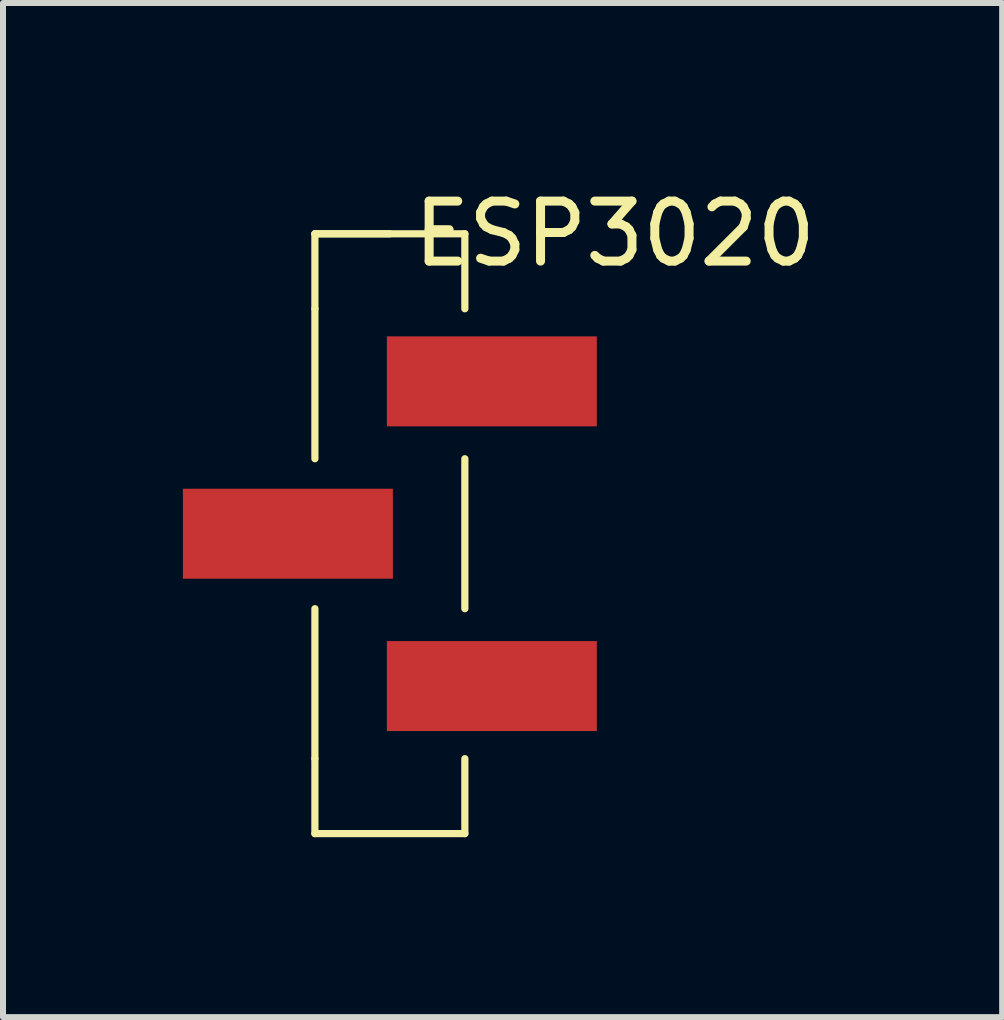
<source format=kicad_pcb>
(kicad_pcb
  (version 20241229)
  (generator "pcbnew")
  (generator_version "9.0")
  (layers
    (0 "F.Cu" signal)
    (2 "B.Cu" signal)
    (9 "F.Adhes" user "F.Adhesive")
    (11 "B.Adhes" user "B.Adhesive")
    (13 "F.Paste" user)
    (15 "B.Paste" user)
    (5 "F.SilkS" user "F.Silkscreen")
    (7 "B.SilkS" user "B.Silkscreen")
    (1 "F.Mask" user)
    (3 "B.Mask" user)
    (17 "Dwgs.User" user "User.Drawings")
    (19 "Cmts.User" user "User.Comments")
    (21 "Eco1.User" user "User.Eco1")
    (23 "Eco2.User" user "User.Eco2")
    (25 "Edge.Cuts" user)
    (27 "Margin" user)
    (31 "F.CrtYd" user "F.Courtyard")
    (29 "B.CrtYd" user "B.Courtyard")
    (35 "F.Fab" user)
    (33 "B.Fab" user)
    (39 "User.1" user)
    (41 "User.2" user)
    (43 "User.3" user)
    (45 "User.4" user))
  (footprint "ESP3020"
    (layer "F.Cu")
    (at 3.45 5.848)
    (property "Reference" "ESP3020" (at 3.75 -5 0) (layer "F.SilkS") (effects (font (size 1 1) (thickness 0.15))))
    (attr smd)
    (fp_line (start -1.25 -5) (end -1.25 -3.75) (stroke (width 0.12) (type solid)) (layer "F.SilkS"))
    (fp_line (start -1.25 -5) (end 1.25 -5) (stroke (width 0.12) (type solid)) (layer "F.SilkS"))
    (fp_line (start -1.25 -1.25) (end -1.25 -3.75) (stroke (width 0.12) (type solid)) (layer "F.SilkS"))
    (fp_line (start -1.25 3.75) (end -1.25 1.25) (stroke (width 0.12) (type solid)) (layer "F.SilkS"))
    (fp_line (start -1.25 5) (end -1.25 3.75) (stroke (width 0.12) (type solid)) (layer "F.SilkS"))
    (fp_line (start 0 -5) (end -1.25 -5) (stroke (width 0.12) (type solid)) (layer "F.SilkS"))
    (fp_line (start 1.25 -5) (end 1.25 -3.75) (stroke (width 0.12) (type solid)) (layer "F.SilkS"))
    (fp_line (start 1.25 -1.25) (end 1.25 1.25) (stroke (width 0.12) (type solid)) (layer "F.SilkS"))
    (fp_line (start 1.25 5) (end -1.25 5) (stroke (width 0.12) (type solid)) (layer "F.SilkS"))
    (fp_line (start 1.25 5) (end 1.25 3.75) (stroke (width 0.12) (type solid)) (layer "F.SilkS"))
    (pad "1" smd rect (at 1.7 -2.54) (size 3.5 1.5) (layers "F.Cu" "F.Mask" "F.Paste"))
    (pad "2" smd rect (at -1.7 0) (size 3.5 1.5) (layers "F.Cu" "F.Mask" "F.Paste"))
    (pad "3" smd rect (at 1.7 2.54) (size 3.5 1.5) (layers "F.Cu" "F.Mask" "F.Paste")))
  (gr_rect
    (start -3 -3)
    (end 13.658 13.908)
    (stroke (width 0.1) (type default))
    (fill no)
    (layer "Edge.Cuts")))
</source>
